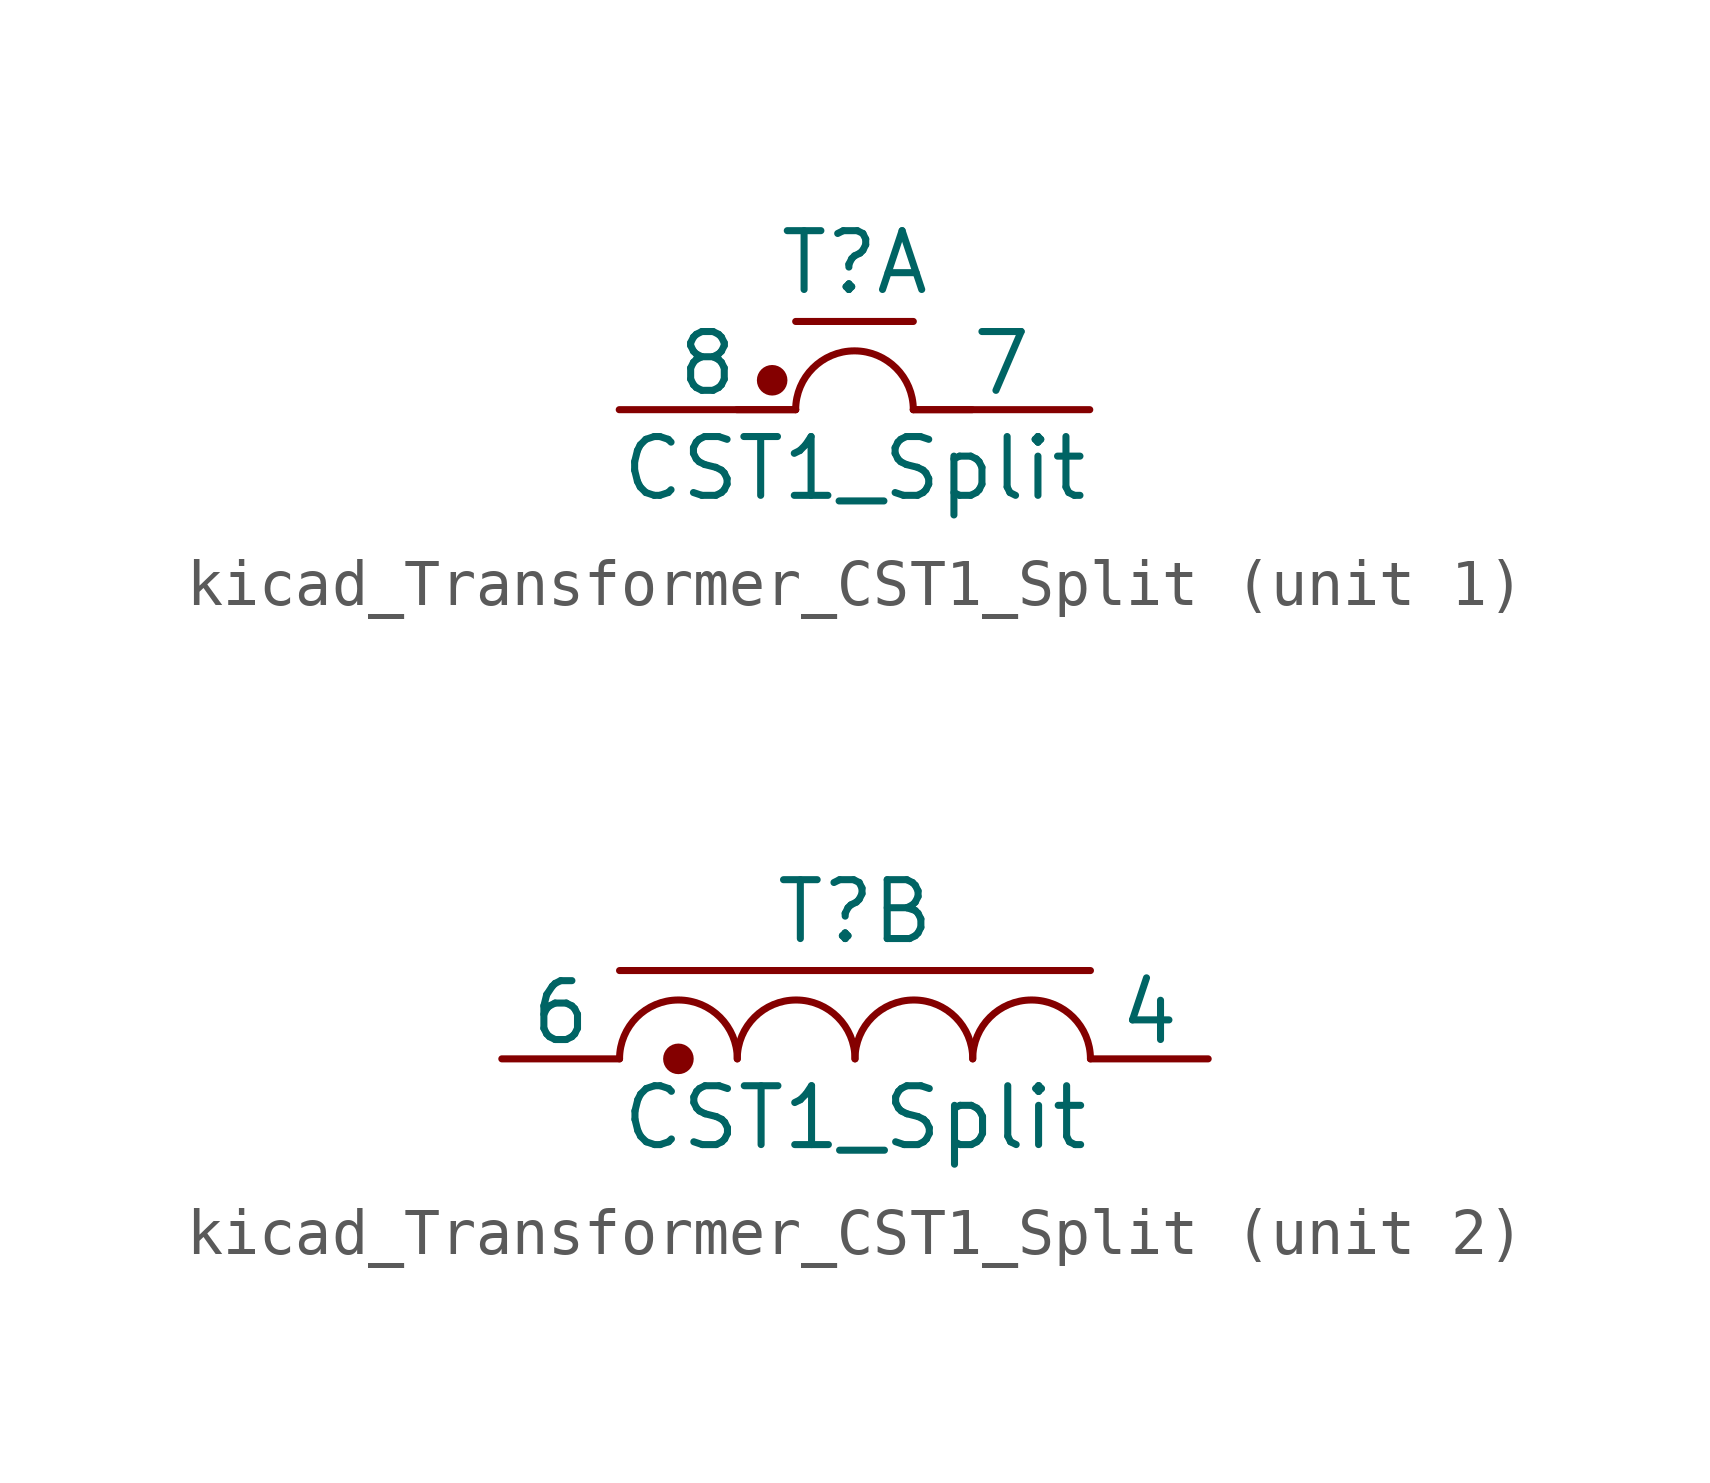
<source format=kicad_sym>
(kicad_symbol_lib
  (version 20220914)
  (generator kicad_symbol_editor)
  (symbol "kicad_Transformer_CST1_Split"
    (pin_numbers hide)
    (pin_names
      (offset 0))
    (property "Reference" "T"
      (at 0 3.175 0)
      (effects (font (size 1.27 1.27))))
    (property "Value" "CST1_Split"
      (at 0 -1.27 0)
      (effects (font (size 1.27 1.27))))
    (property "ki_locked" ""
      (at 0 0 0)
      (effects (font (size 1.27 1.27))))
    (symbol "kicad_Transformer_CST1_Split_1_1"
      (circle (center -1.778 0.635) (radius 0.254) (stroke (width 0) (type default)) (fill (type outline)))
      (polyline (pts (xy -2.54 0) (xy -1.27 0)) (stroke (width 0) (type default)) (fill (type none)))
      (polyline (pts (xy -1.27 1.905) (xy 1.27 1.905)) (stroke (width 0) (type default)) (fill (type none)))
      (polyline (pts (xy 1.27 0) (xy 2.54 0)) (stroke (width 0) (type default)) (fill (type none)))
      (arc (start 1.27 0) (mid 0 1.2645) (end -1.27 0) (stroke (width 0) (type default)) (fill (type none)))
      (pin no_connect line (at 2.54 0 180) (length 2.54) hide (name "1" (effects (font (size 1.27 1.27)))) (number "1" (effects (font (size 1.27 1.27)))))
      (pin no_connect line (at -2.54 0 0) (length 2.54) hide (name "5" (effects (font (size 1.27 1.27)))) (number "5" (effects (font (size 1.27 1.27)))))
      (pin passive line (at 5.08 0 180) (length 3.81) (name "7" (effects (font (size 1.27 1.27)))) (number "7" (effects (font (size 1.27 1.27)))))
      (pin passive line (at -5.08 0 0) (length 3.81) (name "8" (effects (font (size 1.27 1.27)))) (number "8" (effects (font (size 1.27 1.27))))))
    (symbol "kicad_Transformer_CST1_Split_2_1"
      (circle (center -3.81 0) (radius 0.254) (stroke (width 0) (type default)) (fill (type outline)))
      (arc (start -2.54 0) (mid -3.81 1.2645) (end -5.08 0) (stroke (width 0) (type default)) (fill (type none)))
      (arc (start 0 0) (mid -1.27 1.2645) (end -2.54 0) (stroke (width 0) (type default)) (fill (type none)))
      (polyline (pts (xy -5.08 1.905) (xy 5.08 1.905)) (stroke (width 0) (type default)) (fill (type none)))
      (arc (start 2.54 0) (mid 1.27 1.2645) (end 0 0) (stroke (width 0) (type default)) (fill (type none)))
      (arc (start 5.08 0) (mid 3.81 1.2645) (end 2.54 0) (stroke (width 0) (type default)) (fill (type none)))
      (pin no_connect line (at -2.54 0 0) (length 2.54) hide (name "2" (effects (font (size 1.27 1.27)))) (number "2" (effects (font (size 1.27 1.27)))))
      (pin no_connect line (at 2.54 0 180) (length 2.54) hide (name "3" (effects (font (size 1.27 1.27)))) (number "3" (effects (font (size 1.27 1.27)))))
      (pin passive line (at 7.62 0 180) (length 2.54) (name "4" (effects (font (size 1.27 1.27)))) (number "4" (effects (font (size 1.27 1.27)))))
      (pin passive line (at -7.62 0 0) (length 2.54) (name "6" (effects (font (size 1.27 1.27)))) (number "6" (effects (font (size 1.27 1.27))))))))
</source>
